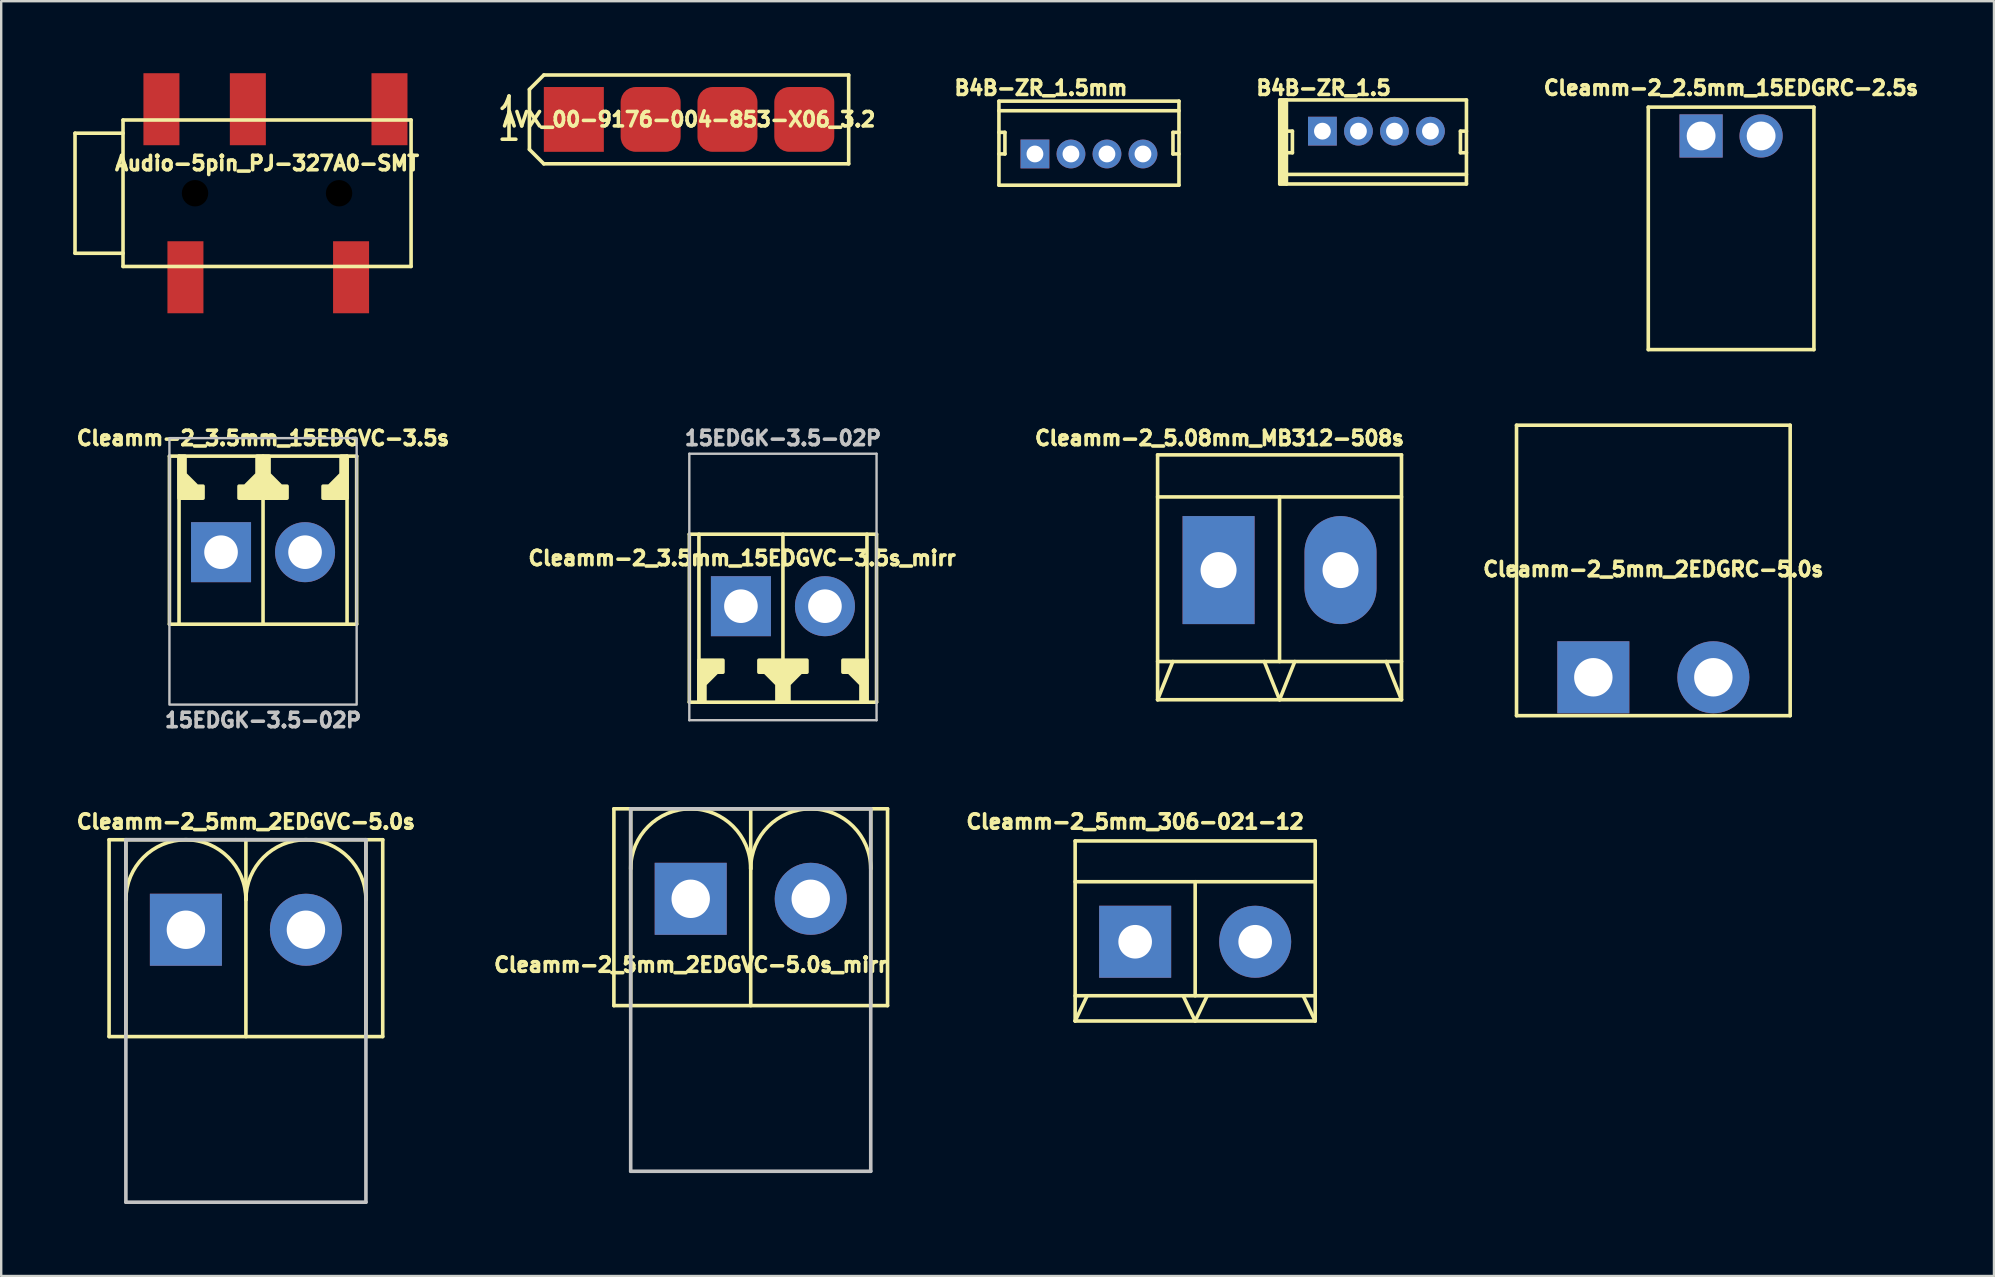
<source format=kicad_pcb>
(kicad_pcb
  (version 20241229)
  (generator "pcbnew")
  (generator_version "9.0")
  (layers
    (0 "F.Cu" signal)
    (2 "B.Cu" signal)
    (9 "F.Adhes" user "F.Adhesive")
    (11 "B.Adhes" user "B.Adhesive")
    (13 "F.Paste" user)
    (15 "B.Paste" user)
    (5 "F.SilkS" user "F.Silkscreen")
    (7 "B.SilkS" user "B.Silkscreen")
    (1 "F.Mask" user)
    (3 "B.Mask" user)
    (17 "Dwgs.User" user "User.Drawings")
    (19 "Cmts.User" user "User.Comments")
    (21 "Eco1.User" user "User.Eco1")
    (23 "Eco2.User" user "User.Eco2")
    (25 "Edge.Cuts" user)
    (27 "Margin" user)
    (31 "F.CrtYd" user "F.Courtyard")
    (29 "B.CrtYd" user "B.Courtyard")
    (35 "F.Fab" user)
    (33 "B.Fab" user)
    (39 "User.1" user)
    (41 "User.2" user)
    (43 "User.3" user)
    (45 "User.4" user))
  (footprint "B4B-ZR_1.5mm"
    (layer "F.Cu")
    (at 42.314 3.364)
    (property "Reference" "B4B-ZR_1.5mm" (at -2 -2.75 180) (layer "F.SilkS") (effects (font (size 0.6 0.6) (thickness 0.15))))
    (attr through_hole)
    (fp_line (start -3.75 -2.2) (end 3.75 -2.2) (stroke (width 0.15) (type solid)) (layer "F.SilkS"))
    (fp_line (start -3.75 -1.8) (end 3.75 -1.8) (stroke (width 0.15) (type solid)) (layer "F.SilkS"))
    (fp_line (start -3.75 0) (end -3.5 0) (stroke (width 0.15) (type solid)) (layer "F.SilkS"))
    (fp_line (start -3.75 1.3) (end -3.75 -2.2) (stroke (width 0.15) (type solid)) (layer "F.SilkS"))
    (fp_line (start -3.5 -0.9) (end -3.75 -0.9) (stroke (width 0.15) (type solid)) (layer "F.SilkS"))
    (fp_line (start -3.5 0) (end -3.5 -0.9) (stroke (width 0.15) (type solid)) (layer "F.SilkS"))
    (fp_line (start 3.5 -0.9) (end 3.75 -0.9) (stroke (width 0.15) (type solid)) (layer "F.SilkS"))
    (fp_line (start 3.5 0) (end 3.5 -0.9) (stroke (width 0.15) (type solid)) (layer "F.SilkS"))
    (fp_line (start 3.75 -2.2) (end 3.75 1.3) (stroke (width 0.15) (type solid)) (layer "F.SilkS"))
    (fp_line (start 3.75 0) (end 3.5 0) (stroke (width 0.15) (type solid)) (layer "F.SilkS"))
    (fp_line (start 3.75 1.3) (end -3.75 1.3) (stroke (width 0.15) (type solid)) (layer "F.SilkS"))
    (pad "1" thru_hole rect (at -2.25 0) (size 1.2 1.2) (drill 0.7) (layers "*.Cu" "*.Mask"))
    (pad "2" thru_hole circle (at -0.75 0) (size 1.2 1.2) (drill 0.7) (layers "*.Cu" "*.Mask"))
    (pad "3" thru_hole circle (at 0.75 0) (size 1.2 1.2) (drill 0.7) (layers "*.Cu" "*.Mask"))
    (pad "4" thru_hole circle (at 2.25 0) (size 1.2 1.2) (drill 0.7) (layers "*.Cu" "*.Mask")))
  (footprint "Cleamm-2_3.5mm_15EDGVC-3.5s"
    (layer "F.Cu")
    (at 7.908 19.953)
    (property "Reference" "Cleamm-2_3.5mm_15EDGVC-3.5s" (at 0 -4.75 0) (layer "F.SilkS") (effects (font (size 0.6 0.6) (thickness 0.15))))
    (attr through_hole)
    (fp_line (start -3.9 -4) (end 3.9 -4) (stroke (width 0.15) (type default)) (layer "F.SilkS"))
    (fp_line (start -3.9 3) (end -3.9 -4) (stroke (width 0.15) (type default)) (layer "F.SilkS"))
    (fp_line (start -3.9 3) (end 3.9 3) (stroke (width 0.15) (type default)) (layer "F.SilkS"))
    (fp_line (start -3.5 3) (end -3.5 -4) (stroke (width 0.15) (type solid)) (layer "F.SilkS"))
    (fp_line (start 0 -4) (end 0 3) (stroke (width 0.15) (type solid)) (layer "F.SilkS"))
    (fp_line (start 3.5 3) (end 3.5 -4) (stroke (width 0.15) (type solid)) (layer "F.SilkS"))
    (fp_line (start 3.9 -4) (end 3.9 3) (stroke (width 0.15) (type default)) (layer "F.SilkS"))
    (fp_poly (pts (xy -3.5 -2.25) (xy -2.5 -2.25) (xy -2.5 -2.75) (xy -2.75 -2.75) (xy -3.25 -3.25) (xy -3.25 -4) (xy -3.5 -4)) (stroke (width 0.15) (type solid)) (fill yes) (layer "F.SilkS"))
    (fp_poly (pts (xy 3.5 -2.25) (xy 2.5 -2.25) (xy 2.5 -2.75) (xy 2.75 -2.75) (xy 3.25 -3.25) (xy 3.25 -4) (xy 3.5 -4)) (stroke (width 0.15) (type solid)) (fill yes) (layer "F.SilkS"))
    (fp_poly (pts (xy -0.25 -4) (xy -0.25 -3.25) (xy -0.75 -2.75) (xy -1 -2.75) (xy -1 -2.25) (xy 1 -2.25) (xy 1 -2.75) (xy 0.75 -2.75) (xy 0.25 -3.25) (xy 0.25 -4)) (stroke (width 0.15) (type solid)) (fill yes) (layer "F.SilkS"))
    (fp_rect (start -3.9 6.35) (end 3.9 -4.75) (stroke (width 0.1) (type default)) (fill no) (layer "Dwgs.User"))
    (fp_text user "15EDGK-3.5-02P" (at 0 7 0) (layer "Dwgs.User") (effects (font (size 0.6 0.6) (thickness 0.15))))
    (pad "1" thru_hole rect (at -1.75 0) (size 2.5 2.5) (drill 1.4) (layers "*.Cu" "*.Mask"))
    (pad "2" thru_hole circle (at 1.75 0) (size 2.5 2.5) (drill 1.4) (layers "*.Cu" "*.Mask")))
  (footprint "Cleamm-2_3.5mm_15EDGVC-3.5s_mirr"
    (layer "F.Cu")
    (at 29.566 22.203)
    (property "Reference" "Cleamm-2_3.5mm_15EDGVC-3.5s_mirr" (at -1.7 -2 0) (layer "F.SilkS") (effects (font (size 0.6 0.6) (thickness 0.15))))
    (attr through_hole)
    (fp_line (start -3.9 -3) (end 3.9 -3) (stroke (width 0.15) (type default)) (layer "F.SilkS"))
    (fp_line (start -3.9 4) (end -3.9 -3) (stroke (width 0.15) (type default)) (layer "F.SilkS"))
    (fp_line (start -3.5 -3) (end -3.5 4) (stroke (width 0.15) (type solid)) (layer "F.SilkS"))
    (fp_line (start 0 4) (end 0 -3) (stroke (width 0.15) (type solid)) (layer "F.SilkS"))
    (fp_line (start 3.5 -3) (end 3.5 4) (stroke (width 0.15) (type solid)) (layer "F.SilkS"))
    (fp_line (start 3.9 -3) (end 3.9 4) (stroke (width 0.15) (type default)) (layer "F.SilkS"))
    (fp_line (start 3.9 4) (end -3.9 4) (stroke (width 0.15) (type default)) (layer "F.SilkS"))
    (fp_poly (pts (xy -3.5 2.25) (xy -2.5 2.25) (xy -2.5 2.75) (xy -2.75 2.75) (xy -3.25 3.25) (xy -3.25 4) (xy -3.5 4)) (stroke (width 0.15) (type solid)) (fill yes) (layer "F.SilkS"))
    (fp_poly (pts (xy 3.5 2.25) (xy 2.5 2.25) (xy 2.5 2.75) (xy 2.75 2.75) (xy 3.25 3.25) (xy 3.25 4) (xy 3.5 4)) (stroke (width 0.15) (type solid)) (fill yes) (layer "F.SilkS"))
    (fp_poly (pts (xy 0.25 4) (xy 0.25 3.25) (xy 0.75 2.75) (xy 1 2.75) (xy 1 2.25) (xy -1 2.25) (xy -1 2.75) (xy -0.75 2.75) (xy -0.25 3.25) (xy -0.25 4)) (stroke (width 0.15) (type solid)) (fill yes) (layer "F.SilkS"))
    (fp_line (start -3.9 -6.35) (end -3.9 4.75) (stroke (width 0.1) (type default)) (layer "Dwgs.User"))
    (fp_line (start -3.9 4.75) (end 3.9 4.75) (stroke (width 0.1) (type default)) (layer "Dwgs.User"))
    (fp_line (start 3.9 -6.35) (end -3.9 -6.35) (stroke (width 0.1) (type default)) (layer "Dwgs.User"))
    (fp_line (start 3.9 4.75) (end 3.9 -6.35) (stroke (width 0.1) (type default)) (layer "Dwgs.User"))
    (fp_text user "15EDGK-3.5-02P" (at 0 -7 0) (layer "Dwgs.User") (effects (font (size 0.6 0.6) (thickness 0.15))))
    (pad "1" thru_hole rect (at -1.75 0) (size 2.5 2.5) (drill 1.4) (layers "*.Cu" "*.Mask"))
    (pad "2" thru_hole circle (at 1.75 0) (size 2.5 2.5) (drill 1.4) (layers "*.Cu" "*.Mask")))
  (footprint "Cleamm-2_5mm_306-021-12"
    (layer "F.Cu")
    (at 46.739 36.182)
    (property "Reference" "Cleamm-2_5mm_306-021-12" (at -2.5 -5 0) (layer "F.SilkS") (effects (font (size 0.6 0.6) (thickness 0.15))))
    (attr through_hole)
    (fp_line (start -5 -4.2) (end -5 3.3) (stroke (width 0.15) (type solid)) (layer "F.SilkS"))
    (fp_line (start -4.5 2.25) (end -5 3.3) (stroke (width 0.15) (type solid)) (layer "F.SilkS"))
    (fp_line (start -0.5 2.25) (end 0 3.3) (stroke (width 0.15) (type solid)) (layer "F.SilkS"))
    (fp_line (start 0 -2.5) (end 0 2.25) (stroke (width 0.15) (type solid)) (layer "F.SilkS"))
    (fp_line (start 0 3.3) (end 0.5 2.25) (stroke (width 0.15) (type solid)) (layer "F.SilkS"))
    (fp_line (start 5 -4.2) (end -5 -4.2) (stroke (width 0.15) (type solid)) (layer "F.SilkS"))
    (fp_line (start 5 -4.2) (end 5 3.3) (stroke (width 0.15) (type solid)) (layer "F.SilkS"))
    (fp_line (start 5 -2.5) (end -5 -2.5) (stroke (width 0.15) (type solid)) (layer "F.SilkS"))
    (fp_line (start 5 2.25) (end -5 2.25) (stroke (width 0.15) (type solid)) (layer "F.SilkS"))
    (fp_line (start 5 3.3) (end -5 3.3) (stroke (width 0.15) (type solid)) (layer "F.SilkS"))
    (fp_line (start 5 3.3) (end 4.5 2.25) (stroke (width 0.15) (type solid)) (layer "F.SilkS"))
    (pad "1" thru_hole rect (at -2.5 0) (size 3 3) (drill 1.4) (layers "*.Cu" "*.Mask"))
    (pad "2" thru_hole circle (at 2.5 0) (size 3 3) (drill 1.4) (layers "*.Cu" "*.Mask")))
  (footprint "B4B-ZR_1.5"
    (layer "F.Cu")
    (at 54.29 2.414)
    (property "Reference" "B4B-ZR_1.5" (at -2.2 -1.8 0) (layer "F.SilkS") (effects (font (size 0.6 0.6) (thickness 0.15))))
    (attr through_hole)
    (fp_line (start -4.028 -1.3) (end -3.75 -1.3) (stroke (width 0.15) (type solid)) (layer "F.SilkS"))
    (fp_line (start -4.028 2.2) (end -4.028 -1.3) (stroke (width 0.15) (type solid)) (layer "F.SilkS"))
    (fp_line (start -3.94 -1.3) (end -3.94 2.2) (stroke (width 0.15) (type solid)) (layer "F.SilkS"))
    (fp_line (start -3.85 -1.3) (end -3.85 2.2) (stroke (width 0.15) (type solid)) (layer "F.SilkS"))
    (fp_line (start -3.75 -1.3) (end 3.75 -1.3) (stroke (width 0.15) (type solid)) (layer "F.SilkS"))
    (fp_line (start -3.75 0) (end -3.5 0) (stroke (width 0.15) (type solid)) (layer "F.SilkS"))
    (fp_line (start -3.75 2.2) (end -4.028 2.2) (stroke (width 0.15) (type solid)) (layer "F.SilkS"))
    (fp_line (start -3.75 2.2) (end -3.75 -1.3) (stroke (width 0.15) (type solid)) (layer "F.SilkS"))
    (fp_line (start -3.5 0) (end -3.5 0.9) (stroke (width 0.15) (type solid)) (layer "F.SilkS"))
    (fp_line (start -3.5 0.9) (end -3.75 0.9) (stroke (width 0.15) (type solid)) (layer "F.SilkS"))
    (fp_line (start 3.5 0) (end 3.5 0.9) (stroke (width 0.15) (type solid)) (layer "F.SilkS"))
    (fp_line (start 3.5 0.9) (end 3.75 0.9) (stroke (width 0.15) (type solid)) (layer "F.SilkS"))
    (fp_line (start 3.75 -1.3) (end 3.75 2.2) (stroke (width 0.15) (type solid)) (layer "F.SilkS"))
    (fp_line (start 3.75 0) (end 3.5 0) (stroke (width 0.15) (type solid)) (layer "F.SilkS"))
    (fp_line (start 3.75 1.8) (end -3.75 1.8) (stroke (width 0.15) (type solid)) (layer "F.SilkS"))
    (fp_line (start 3.75 2.2) (end -3.75 2.2) (stroke (width 0.15) (type solid)) (layer "F.SilkS"))
    (pad "1" thru_hole rect (at -2.25 0) (size 1.2 1.2) (drill 0.7) (layers "*.Cu" "*.Mask"))
    (pad "2" thru_hole circle (at -0.75 0) (size 1.2 1.2) (drill 0.7) (layers "*.Cu" "*.Mask"))
    (pad "3" thru_hole circle (at 0.75 0) (size 1.2 1.2) (drill 0.7) (layers "*.Cu" "*.Mask"))
    (pad "4" thru_hole circle (at 2.25 0) (size 1.2 1.2) (drill 0.7) (layers "*.Cu" "*.Mask")))
  (footprint "Cleamm-2_5mm_2EDGVC-5.0s_mirr"
    (layer "F.Cu")
    (at 28.224 34.393)
    (property "Reference" "Cleamm-2_5mm_2EDGVC-5.0s_mirr" (at -2.5 2.75 0) (layer "F.SilkS") (effects (font (size 0.6 0.6) (thickness 0.15))))
    (attr through_hole)
    (fp_line (start -5.7 -3.75) (end -5.7 4.45) (stroke (width 0.15) (type solid)) (layer "F.SilkS"))
    (fp_line (start -5 -3.75) (end -5 4.45) (stroke (width 0.15) (type solid)) (layer "F.SilkS"))
    (fp_line (start 0 -3.75) (end 0 4.45) (stroke (width 0.15) (type solid)) (layer "F.SilkS"))
    (fp_line (start 5 4.45) (end 5 -3.75) (stroke (width 0.15) (type solid)) (layer "F.SilkS"))
    (fp_line (start 5.7 -3.75) (end -5.7 -3.75) (stroke (width 0.15) (type solid)) (layer "F.SilkS"))
    (fp_line (start 5.7 -3.75) (end 5.7 4.45) (stroke (width 0.15) (type solid)) (layer "F.SilkS"))
    (fp_line (start 5.7 4.45) (end -5.7 4.45) (stroke (width 0.15) (type solid)) (layer "F.SilkS"))
    (fp_arc (start -5 -1.25) (mid -2.5 -3.75) (end 0 -1.25) (stroke (width 0.15) (type solid)) (layer "F.SilkS"))
    (fp_arc (start 0 -1.25) (mid 2.5 -3.75) (end 5 -1.25) (stroke (width 0.15) (type solid)) (layer "F.SilkS"))
    (fp_line (start -5 -3.75) (end 5 -3.75) (stroke (width 0.15) (type solid)) (layer "Dwgs.User"))
    (fp_line (start -5 11.35) (end -5 -3.75) (stroke (width 0.15) (type solid)) (layer "Dwgs.User"))
    (fp_line (start 5 -3.75) (end 5 11.35) (stroke (width 0.15) (type solid)) (layer "Dwgs.User"))
    (fp_line (start 5 11.35) (end -5 11.35) (stroke (width 0.15) (type solid)) (layer "Dwgs.User"))
    (pad "1" thru_hole rect (at -2.5 0) (size 3 3) (drill 1.6) (layers "*.Cu" "*.Mask"))
    (pad "2" thru_hole circle (at 2.5 0) (size 3 3) (drill 1.6) (layers "*.Cu" "*.Mask")))
  (footprint "AVX_00-9176-004-853-X06_3.2"
    (layer "F.Cu")
    (at 25.655 1.925)
    (property "Reference" "AVX_00-9176-004-853-X06_3.2" (at 0 0 0) (layer "F.SilkS") (effects (font (size 0.6 0.6) (thickness 0.15))))
    (attr through_hole)
    (fp_line (start -6.65 1.25) (end -6.65 -1.25) (stroke (width 0.15) (type solid)) (layer "F.SilkS"))
    (fp_line (start -6.05 -1.85) (end -6.65 -1.25) (stroke (width 0.15) (type solid)) (layer "F.SilkS"))
    (fp_line (start -6.05 -1.85) (end 6.65 -1.85) (stroke (width 0.15) (type solid)) (layer "F.SilkS"))
    (fp_line (start -6.05 1.85) (end -6.65 1.25) (stroke (width 0.15) (type solid)) (layer "F.SilkS"))
    (fp_line (start 6.65 1.85) (end -6.05 1.85) (stroke (width 0.15) (type solid)) (layer "F.SilkS"))
    (fp_line (start 6.65 1.85) (end 6.65 -1.85) (stroke (width 0.15) (type solid)) (layer "F.SilkS"))
    (fp_text user "1" (at -7.5 0 0) (layer "F.SilkS") (effects (font (size 1.8 1) (thickness 0.15))))
    (pad "1" smd rect (at -4.8 0) (size 2.5 2.7) (layers "F.Cu" "F.Mask" "F.Paste"))
    (pad "2" smd roundrect (at -1.6 0) (size 2.5 2.7) (layers "F.Cu" "F.Mask" "F.Paste") (roundrect_rratio 0.25))
    (pad "3" smd roundrect (at 1.6 0) (size 2.5 2.7) (layers "F.Cu" "F.Mask" "F.Paste") (roundrect_rratio 0.25))
    (pad "4" smd roundrect (at 4.8 0) (size 2.5 2.7) (layers "F.Cu" "F.Mask" "F.Paste") (roundrect_rratio 0.25)))
  (footprint "Cleamm-2_2.5mm_15EDGRC-2.5s"
    (layer "F.Cu")
    (at 69.065 2.614)
    (property "Reference" "Cleamm-2_2.5mm_15EDGRC-2.5s" (at 0 -2 0) (layer "F.SilkS") (effects (font (size 0.6 0.6) (thickness 0.15))))
    (attr through_hole)
    (fp_line (start -3.45 -1.2) (end -3.45 8.9) (stroke (width 0.15) (type solid)) (layer "F.SilkS"))
    (fp_line (start 3.45 -1.2) (end -3.45 -1.2) (stroke (width 0.15) (type solid)) (layer "F.SilkS"))
    (fp_line (start 3.45 -1.2) (end 3.45 8.9) (stroke (width 0.15) (type solid)) (layer "F.SilkS"))
    (fp_line (start 3.45 8.9) (end -3.45 8.9) (stroke (width 0.15) (type solid)) (layer "F.SilkS"))
    (pad "1" thru_hole rect (at -1.25 0) (size 1.8 1.8) (drill 1.2) (layers "*.Cu" "*.Mask"))
    (pad "2" thru_hole circle (at 1.25 0) (size 1.8 1.8) (drill 1.2) (layers "*.Cu" "*.Mask")))
  (footprint "Audio-5pin_PJ-327A0-SMT"
    (layer "F.Cu")
    (at 2.075 5)
    (property "Reference" "Audio-5pin_PJ-327A0-SMT" (at 6 -1.25 0) (layer "F.SilkS") (effects (font (size 0.6 0.6) (thickness 0.15))))
    (attr through_hole)
    (fp_line (start -2 -2.5) (end -2 2.5) (stroke (width 0.15) (type solid)) (layer "F.SilkS"))
    (fp_line (start -2 2.5) (end 0 2.5) (stroke (width 0.15) (type solid)) (layer "F.SilkS"))
    (fp_line (start 0 -3.05) (end 12 -3.05) (stroke (width 0.15) (type solid)) (layer "F.SilkS"))
    (fp_line (start 0 -2.5) (end -2 -2.5) (stroke (width 0.15) (type solid)) (layer "F.SilkS"))
    (fp_line (start 0 3.05) (end 0 -3.05) (stroke (width 0.15) (type solid)) (layer "F.SilkS"))
    (fp_line (start 12 -3.05) (end 12 3.05) (stroke (width 0.15) (type solid)) (layer "F.SilkS"))
    (fp_line (start 12 3.05) (end 0 3.05) (stroke (width 0.15) (type solid)) (layer "F.SilkS"))
    (pad "" np_thru_hole circle (at 3 0) (size 1.5 1.5) (drill 1.1) (layers "*.Mask"))
    (pad "" np_thru_hole circle (at 9 0) (size 1.5 1.5) (drill 1.1) (layers "*.Mask"))
    (pad "COM" smd rect (at 2.6 3.5) (size 1.5 3) (layers "F.Cu" "F.Mask" "F.Paste"))
    (pad "Cnc" smd rect (at 1.6 -3.5) (size 1.5 3) (layers "F.Cu" "F.Mask" "F.Paste"))
    (pad "L" smd rect (at 9.5 3.5) (size 1.5 3) (layers "F.Cu" "F.Mask" "F.Paste"))
    (pad "Lnc" smd rect (at 11.1 -3.5) (size 1.5 3) (layers "F.Cu" "F.Mask" "F.Paste"))
    (pad "R" smd rect (at 5.2 -3.5) (size 1.5 3) (layers "F.Cu" "F.Mask" "F.Paste")))
  (footprint "Cleamm-2_5mm_2EDGRC-5.0s"
    (layer "F.Cu")
    (at 65.826 25.164)
    (property "Reference" "Cleamm-2_5mm_2EDGRC-5.0s" (at 0 -4.5 0) (layer "F.SilkS") (effects (font (size 0.6 0.6) (thickness 0.15))))
    (attr through_hole)
    (fp_line (start -5.7 -10.5) (end -5.7 1.6) (stroke (width 0.15) (type solid)) (layer "F.SilkS"))
    (fp_line (start 5.7 -10.5) (end -5.7 -10.5) (stroke (width 0.15) (type solid)) (layer "F.SilkS"))
    (fp_line (start 5.7 -10.5) (end 5.7 1.6) (stroke (width 0.15) (type solid)) (layer "F.SilkS"))
    (fp_line (start 5.7 1.6) (end -5.7 1.6) (stroke (width 0.15) (type solid)) (layer "F.SilkS"))
    (pad "1" thru_hole rect (at -2.5 0) (size 3 3) (drill 1.6) (layers "*.Cu" "*.Mask"))
    (pad "2" thru_hole circle (at 2.5 0) (size 3 3) (drill 1.6) (layers "*.Cu" "*.Mask")))
  (footprint "Cleamm-2_5.08mm_MB312-508s"
    (layer "F.Cu")
    (at 50.254 20.953)
    (property "Reference" "Cleamm-2_5.08mm_MB312-508s" (at -2.5 -5.75 0) (layer "F.SilkS") (effects (font (size 0.6 0.6) (thickness 0.15))))
    (attr through_hole)
    (fp_line (start -5.08 -5.054) (end -5.08 5.146) (stroke (width 0.15) (type solid)) (layer "F.SilkS"))
    (fp_line (start -5.08 -5.054) (end 5.08 -5.054) (stroke (width 0.15) (type solid)) (layer "F.SilkS"))
    (fp_line (start -5.08 5.146) (end -4.445 3.556) (stroke (width 0.15) (type solid)) (layer "F.SilkS"))
    (fp_line (start -5.08 5.146) (end 5.08 5.146) (stroke (width 0.15) (type solid)) (layer "F.SilkS"))
    (fp_line (start 0 3.556) (end 0 -3.302) (stroke (width 0.15) (type solid)) (layer "F.SilkS"))
    (fp_line (start 0 5.146) (end -0.635 3.556) (stroke (width 0.15) (type solid)) (layer "F.SilkS"))
    (fp_line (start 0 5.146) (end 0.635 3.556) (stroke (width 0.15) (type solid)) (layer "F.SilkS"))
    (fp_line (start 5.08 -5.054) (end 5.08 5.146) (stroke (width 0.15) (type solid)) (layer "F.SilkS"))
    (fp_line (start 5.08 -3.302) (end -5.08 -3.302) (stroke (width 0.15) (type solid)) (layer "F.SilkS"))
    (fp_line (start 5.08 3.556) (end -5.08 3.556) (stroke (width 0.15) (type solid)) (layer "F.SilkS"))
    (fp_line (start 5.08 5.146) (end 4.445 3.556) (stroke (width 0.15) (type solid)) (layer "F.SilkS"))
    (pad "1" thru_hole rect (at -2.54 -0.254) (size 3 4.5) (drill 1.5) (layers "*.Cu" "*.Mask"))
    (pad "2" thru_hole oval (at 2.54 -0.254) (size 3 4.5) (drill 1.5) (layers "*.Cu" "*.Mask")))
  (footprint "Cleamm-2_5mm_2EDGVC-5.0s"
    (layer "F.Cu")
    (at 7.194 35.682)
    (property "Reference" "Cleamm-2_5mm_2EDGVC-5.0s" (at 0 -4.5 0) (layer "F.SilkS") (effects (font (size 0.6 0.6) (thickness 0.15))))
    (attr through_hole)
    (fp_line (start -5.7 -3.75) (end -5.7 4.45) (stroke (width 0.15) (type solid)) (layer "F.SilkS"))
    (fp_line (start -5 -3.75) (end -5 4.45) (stroke (width 0.15) (type solid)) (layer "F.SilkS"))
    (fp_line (start 0 -3.75) (end 0 4.45) (stroke (width 0.15) (type solid)) (layer "F.SilkS"))
    (fp_line (start 5 4.45) (end 5 -3.75) (stroke (width 0.15) (type solid)) (layer "F.SilkS"))
    (fp_line (start 5.7 -3.75) (end -5.7 -3.75) (stroke (width 0.15) (type solid)) (layer "F.SilkS"))
    (fp_line (start 5.7 -3.75) (end 5.7 4.45) (stroke (width 0.15) (type solid)) (layer "F.SilkS"))
    (fp_line (start 5.7 4.45) (end -5.7 4.45) (stroke (width 0.15) (type solid)) (layer "F.SilkS"))
    (fp_arc (start -5 -1.25) (mid -2.5 -3.75) (end 0 -1.25) (stroke (width 0.15) (type solid)) (layer "F.SilkS"))
    (fp_arc (start 0 -1.25) (mid 2.5 -3.75) (end 5 -1.25) (stroke (width 0.15) (type solid)) (layer "F.SilkS"))
    (fp_line (start -5 -3.75) (end 5 -3.75) (stroke (width 0.15) (type solid)) (layer "Dwgs.User"))
    (fp_line (start -5 11.35) (end -5 -3.75) (stroke (width 0.15) (type solid)) (layer "Dwgs.User"))
    (fp_line (start 5 -3.75) (end 5 11.35) (stroke (width 0.15) (type solid)) (layer "Dwgs.User"))
    (fp_line (start 5 11.35) (end -5 11.35) (stroke (width 0.15) (type solid)) (layer "Dwgs.User"))
    (pad "1" thru_hole rect (at -2.5 0) (size 3 3) (drill 1.6) (layers "*.Cu" "*.Mask"))
    (pad "2" thru_hole circle (at 2.5 0) (size 3 3) (drill 1.6) (layers "*.Cu" "*.Mask")))
  (gr_rect
    (start -3 -3)
    (end 80.016 50.107)
    (stroke (width 0.1) (type default))
    (fill no)
    (layer "Edge.Cuts")))
</source>
